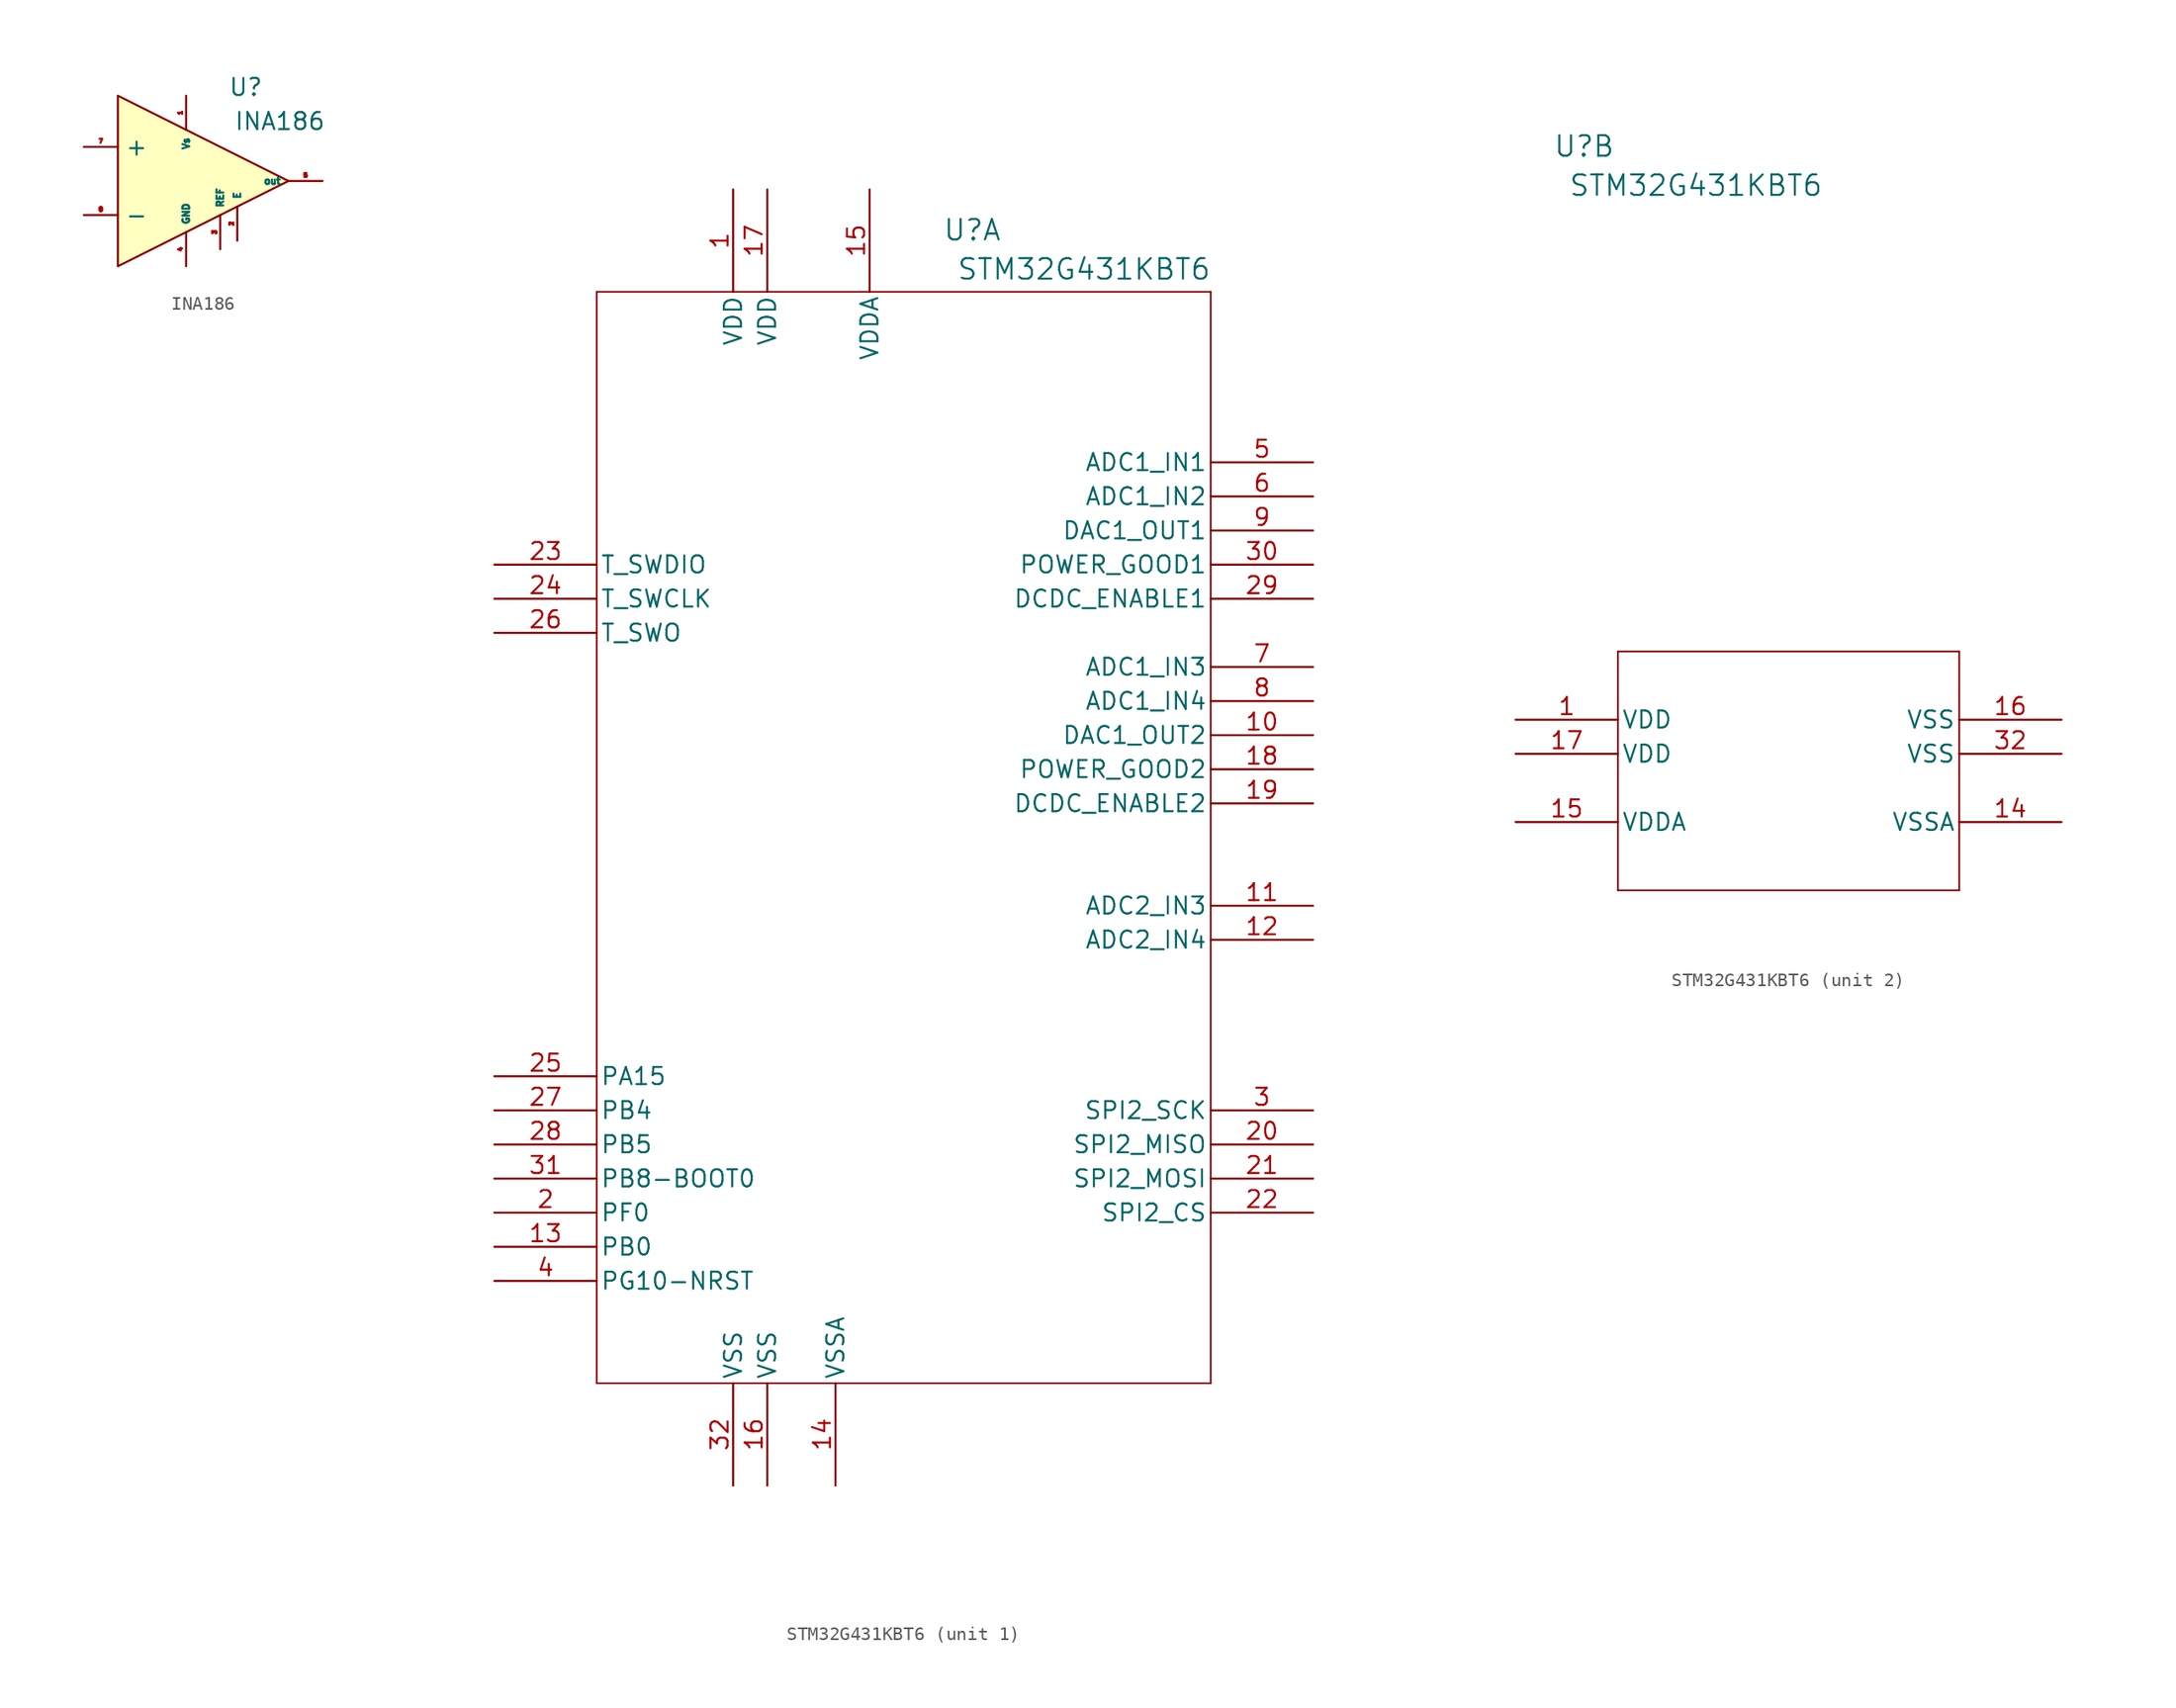
<source format=kicad_sym>
(kicad_symbol_lib
  (version 20211014)
  (generator kicad_symbol_editor)
  (symbol "INA186"
    (property "Reference" "U"
      (at 4.445 6.985 0)
      (effects (font (size 1.27 1.27))))
    (property "Value" "INA186"
      (at 6.985 4.445 0)
      (effects (font (size 1.27 1.27))))
    (symbol "INA186_0_1"
      (polyline (pts (xy -5.08 6.35) (xy -5.08 -6.35) (xy 7.62 0) (xy -5.08 6.35)) (stroke (width 0) (type default) (color 0 0 0 0)) (fill (type background))))
    (symbol "INA186_1_1"
      (pin power_in line (at 0 6.35 270) (length 2.54) (name "Vs" (effects (font (size 0.5 0.5)))) (number "1" (effects (font (size 0.3 0.3)))))
      (pin input line (at 3.81 -4.445 90) (length 2.54) (name "E" (effects (font (size 0.5 0.5)))) (number "2" (effects (font (size 0.3 0.3)))))
      (pin input line (at 2.54 -5.08 90) (length 2.54) (name "REF" (effects (font (size 0.5 0.5)))) (number "3" (effects (font (size 0.3 0.3)))))
      (pin power_in line (at 0 -6.35 90) (length 2.54) (name "GND" (effects (font (size 0.5 0.5)))) (number "4" (effects (font (size 0.3 0.3)))))
      (pin output line (at 10.16 0 180) (length 2.54) (name "out" (effects (font (size 0.5 0.5)))) (number "5" (effects (font (size 0.3 0.3)))))
      (pin input line (at -7.62 2.54 0) (length 2.54) (name "+" (effects (font (size 1.27 1.27)))) (number "7" (effects (font (size 0.3 0.3)))))
      (pin input line (at -7.62 -2.54 0) (length 2.54) (name "-" (effects (font (size 1.27 1.27)))) (number "8" (effects (font (size 0.3 0.3)))))))
  (symbol "STM32G431KBT6"
    (pin_names
      (offset 0.254))
    (property "Reference" "U"
      (at 5.105 42.696 0)
      (effects (font (size 1.524 1.524))))
    (property "Value" "STM32G431KBT6"
      (at 13.422 39.779 0)
      (effects (font (size 1.524 1.524))))
    (property "ki_locked" ""
      (at 0 0 0)
      (effects (font (size 1.27 1.27))))
    (symbol "STM32G431KBT6_1_1"
      (polyline (pts (xy -22.86 -43.18) (xy 22.86 -43.18)) (stroke (width 0.127) (type default) (color 0 0 0 0)) (fill (type none)))
      (polyline (pts (xy -22.86 38.1) (xy -22.86 -43.18)) (stroke (width 0.127) (type default) (color 0 0 0 0)) (fill (type none)))
      (polyline (pts (xy 22.86 -43.18) (xy 22.86 38.1)) (stroke (width 0.127) (type default) (color 0 0 0 0)) (fill (type none)))
      (polyline (pts (xy 22.86 38.1) (xy -22.86 38.1)) (stroke (width 0.127) (type default) (color 0 0 0 0)) (fill (type none)))
      (pin power_in line (at -12.7 45.72 270) (length 7.62) (name "VDD" (effects (font (size 1.27 1.27)))) (number "1" (effects (font (size 1.27 1.27)))))
      (pin output line (at 30.48 5.08 180) (length 7.62) (name "DAC1_OUT2" (effects (font (size 1.27 1.27)))) (number "10" (effects (font (size 1.27 1.27)))))
      (pin input line (at 30.48 -7.62 180) (length 7.62) (name "ADC2_IN3" (effects (font (size 1.27 1.27)))) (number "11" (effects (font (size 1.27 1.27)))))
      (pin input line (at 30.48 -10.16 180) (length 7.62) (name "ADC2_IN4" (effects (font (size 1.27 1.27)))) (number "12" (effects (font (size 1.27 1.27)))))
      (pin unspecified line (at -30.48 -33.02 0) (length 7.62) (name "PB0" (effects (font (size 1.27 1.27)))) (number "13" (effects (font (size 1.27 1.27)))))
      (pin power_out line (at -5.08 -50.8 90) (length 7.62) (name "VSSA" (effects (font (size 1.27 1.27)))) (number "14" (effects (font (size 1.27 1.27)))))
      (pin power_in line (at -2.54 45.72 270) (length 7.62) (name "VDDA" (effects (font (size 1.27 1.27)))) (number "15" (effects (font (size 1.27 1.27)))))
      (pin power_out line (at -10.16 -50.8 90) (length 7.62) (name "VSS" (effects (font (size 1.27 1.27)))) (number "16" (effects (font (size 1.27 1.27)))))
      (pin power_in line (at -10.16 45.72 270) (length 7.62) (name "VDD" (effects (font (size 1.27 1.27)))) (number "17" (effects (font (size 1.27 1.27)))))
      (pin input line (at 30.48 2.54 180) (length 7.62) (name "POWER_GOOD2" (effects (font (size 1.27 1.27)))) (number "18" (effects (font (size 1.27 1.27)))))
      (pin output line (at 30.48 0 180) (length 7.62) (name "DCDC_ENABLE2" (effects (font (size 1.27 1.27)))) (number "19" (effects (font (size 1.27 1.27)))))
      (pin unspecified line (at -30.48 -30.48 0) (length 7.62) (name "PF0" (effects (font (size 1.27 1.27)))) (number "2" (effects (font (size 1.27 1.27)))))
      (pin input line (at 30.48 -25.4 180) (length 7.62) (name "SPI2_MISO" (effects (font (size 1.27 1.27)))) (number "20" (effects (font (size 1.27 1.27)))))
      (pin output line (at 30.48 -27.94 180) (length 7.62) (name "SPI2_MOSI" (effects (font (size 1.27 1.27)))) (number "21" (effects (font (size 1.27 1.27)))))
      (pin output line (at 30.48 -30.48 180) (length 7.62) (name "SPI2_CS" (effects (font (size 1.27 1.27)))) (number "22" (effects (font (size 1.27 1.27)))))
      (pin unspecified line (at -30.48 17.78 0) (length 7.62) (name "T_SWDIO" (effects (font (size 1.27 1.27)))) (number "23" (effects (font (size 1.27 1.27)))))
      (pin unspecified line (at -30.48 15.24 0) (length 7.62) (name "T_SWCLK" (effects (font (size 1.27 1.27)))) (number "24" (effects (font (size 1.27 1.27)))))
      (pin unspecified line (at -30.48 -20.32 0) (length 7.62) (name "PA15" (effects (font (size 1.27 1.27)))) (number "25" (effects (font (size 1.27 1.27)))))
      (pin unspecified line (at -30.48 12.7 0) (length 7.62) (name "T_SWO" (effects (font (size 1.27 1.27)))) (number "26" (effects (font (size 1.27 1.27)))))
      (pin unspecified line (at -30.48 -22.86 0) (length 7.62) (name "PB4" (effects (font (size 1.27 1.27)))) (number "27" (effects (font (size 1.27 1.27)))))
      (pin unspecified line (at -30.48 -25.4 0) (length 7.62) (name "PB5" (effects (font (size 1.27 1.27)))) (number "28" (effects (font (size 1.27 1.27)))))
      (pin output line (at 30.48 15.24 180) (length 7.62) (name "DCDC_ENABLE1" (effects (font (size 1.27 1.27)))) (number "29" (effects (font (size 1.27 1.27)))))
      (pin output line (at 30.48 -22.86 180) (length 7.62) (name "SPI2_SCK" (effects (font (size 1.27 1.27)))) (number "3" (effects (font (size 1.27 1.27)))))
      (pin input line (at 30.48 17.78 180) (length 7.62) (name "POWER_GOOD1" (effects (font (size 1.27 1.27)))) (number "30" (effects (font (size 1.27 1.27)))))
      (pin unspecified line (at -30.48 -27.94 0) (length 7.62) (name "PB8-BOOT0" (effects (font (size 1.27 1.27)))) (number "31" (effects (font (size 1.27 1.27)))))
      (pin power_out line (at -12.7 -50.8 90) (length 7.62) (name "VSS" (effects (font (size 1.27 1.27)))) (number "32" (effects (font (size 1.27 1.27)))))
      (pin unspecified line (at -30.48 -35.56 0) (length 7.62) (name "PG10-NRST" (effects (font (size 1.27 1.27)))) (number "4" (effects (font (size 1.27 1.27)))))
      (pin input line (at 30.48 25.4 180) (length 7.62) (name "ADC1_IN1" (effects (font (size 1.27 1.27)))) (number "5" (effects (font (size 1.27 1.27)))))
      (pin input line (at 30.48 22.86 180) (length 7.62) (name "ADC1_IN2" (effects (font (size 1.27 1.27)))) (number "6" (effects (font (size 1.27 1.27)))))
      (pin input line (at 30.48 10.16 180) (length 7.62) (name "ADC1_IN3" (effects (font (size 1.27 1.27)))) (number "7" (effects (font (size 1.27 1.27)))))
      (pin input line (at 30.48 7.62 180) (length 7.62) (name "ADC1_IN4" (effects (font (size 1.27 1.27)))) (number "8" (effects (font (size 1.27 1.27)))))
      (pin input line (at 30.48 20.32 180) (length 7.62) (name "DAC1_OUT1" (effects (font (size 1.27 1.27)))) (number "9" (effects (font (size 1.27 1.27))))))
    (symbol "STM32G431KBT6_2_1"
      (polyline (pts (xy 7.62 -12.7) (xy 33.02 -12.7)) (stroke (width 0.127) (type default) (color 0 0 0 0)) (fill (type none)))
      (polyline (pts (xy 7.62 5.08) (xy 7.62 -12.7)) (stroke (width 0.127) (type default) (color 0 0 0 0)) (fill (type none)))
      (polyline (pts (xy 33.02 -12.7) (xy 33.02 5.08)) (stroke (width 0.127) (type default) (color 0 0 0 0)) (fill (type none)))
      (polyline (pts (xy 33.02 5.08) (xy 7.62 5.08)) (stroke (width 0.127) (type default) (color 0 0 0 0)) (fill (type none)))
      (pin power_in line (at 0 0 0) (length 7.62) (name "VDD" (effects (font (size 1.27 1.27)))) (number "1" (effects (font (size 1.27 1.27)))))
      (pin power_in line (at 40.64 -7.62 180) (length 7.62) (name "VSSA" (effects (font (size 1.27 1.27)))) (number "14" (effects (font (size 1.27 1.27)))))
      (pin power_in line (at 0 -7.62 0) (length 7.62) (name "VDDA" (effects (font (size 1.27 1.27)))) (number "15" (effects (font (size 1.27 1.27)))))
      (pin power_in line (at 40.64 0 180) (length 7.62) (name "VSS" (effects (font (size 1.27 1.27)))) (number "16" (effects (font (size 1.27 1.27)))))
      (pin power_in line (at 0 -2.54 0) (length 7.62) (name "VDD" (effects (font (size 1.27 1.27)))) (number "17" (effects (font (size 1.27 1.27)))))
      (pin power_in line (at 40.64 -2.54 180) (length 7.62) (name "VSS" (effects (font (size 1.27 1.27)))) (number "32" (effects (font (size 1.27 1.27))))))))
</source>
